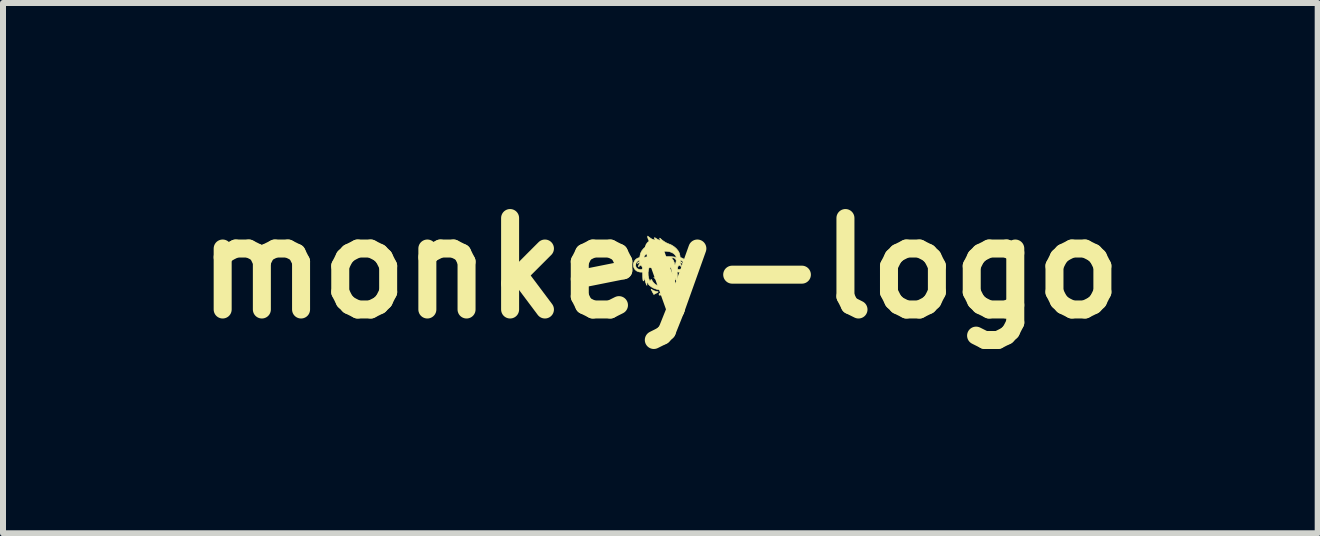
<source format=kicad_pcb>
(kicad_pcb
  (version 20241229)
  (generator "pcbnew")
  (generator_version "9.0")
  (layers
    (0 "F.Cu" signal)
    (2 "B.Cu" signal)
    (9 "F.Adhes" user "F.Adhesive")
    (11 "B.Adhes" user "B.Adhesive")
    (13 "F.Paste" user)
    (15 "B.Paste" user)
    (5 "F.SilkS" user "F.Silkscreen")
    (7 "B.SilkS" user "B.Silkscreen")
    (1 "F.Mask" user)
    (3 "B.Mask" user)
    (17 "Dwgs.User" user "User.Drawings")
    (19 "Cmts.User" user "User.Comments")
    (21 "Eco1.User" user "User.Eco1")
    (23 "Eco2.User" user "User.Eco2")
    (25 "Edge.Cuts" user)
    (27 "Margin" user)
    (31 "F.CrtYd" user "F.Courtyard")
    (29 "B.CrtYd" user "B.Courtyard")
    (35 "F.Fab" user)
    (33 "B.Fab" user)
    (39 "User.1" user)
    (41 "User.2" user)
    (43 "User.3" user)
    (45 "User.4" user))
  (footprint "monkey-logo"
    (layer "F.Cu")
    (at 7.954 1.418)
    (property "Reference" "monkey-logo" (at 0 0 0) (layer "F.SilkS") (effects (font (size 1.524 1.524) (thickness 0.3))))
    (attr through_hole)
    (fp_poly (pts (xy 0.004 0.424) (xy 0.01 0.434) (xy 0.009 0.442) (xy 0.000387 0.451) (xy -0.011 0.452) (xy -0.021 0.444) (xy -0.021 0.442) (xy -0.021 0.43) (xy -0.017 0.424) (xy -0.006 0.42) (xy 0.004 0.424)) (stroke (width 0.01) (type solid)) (fill yes) (layer "F.SilkS"))
    (fp_poly (pts (xy -0.149 0.352) (xy -0.14 0.359) (xy -0.139 0.359) (xy -0.12 0.37) (xy -0.094 0.381) (xy -0.067 0.389) (xy -0.049 0.392) (xy -0.038 0.394) (xy -0.036 0.397) (xy -0.042 0.403) (xy -0.059 0.413) (xy -0.073 0.42) (xy -0.109 0.439) (xy -0.132 0.397) (xy -0.145 0.372) (xy -0.152 0.357) (xy -0.154 0.351) (xy -0.149 0.352)) (stroke (width 0.01) (type solid)) (fill yes) (layer "F.SilkS"))
    (fp_poly (pts (xy 0.145 0.348) (xy 0.143 0.354) (xy 0.136 0.368) (xy 0.125 0.388) (xy 0.121 0.395) (xy 0.096 0.439) (xy 0.057 0.419) (xy 0.038 0.409) (xy 0.024 0.401) (xy 0.019 0.397) (xy 0.019 0.397) (xy 0.024 0.394) (xy 0.037 0.392) (xy 0.064 0.387) (xy 0.094 0.376) (xy 0.121 0.362) (xy 0.125 0.359) (xy 0.137 0.351) (xy 0.145 0.348) (xy 0.145 0.348)) (stroke (width 0.01) (type solid)) (fill yes) (layer "F.SilkS"))
    (fp_poly (pts (xy 0.126 0.105) (xy 0.109 0.128) (xy 0.083 0.151) (xy 0.053 0.171) (xy 0.037 0.179) (xy 0.012 0.187) (xy -0.017 0.191) (xy -0.046 0.191) (xy -0.069 0.187) (xy -0.071 0.186) (xy -0.085 0.178) (xy -0.096 0.167) (xy -0.109 0.153) (xy -0.093 0.163) (xy -0.062 0.175) (xy -0.027 0.177) (xy 0.012 0.17) (xy 0.05 0.155) (xy 0.088 0.132) (xy 0.12 0.103) (xy 0.138 0.084) (xy 0.126 0.105)) (stroke (width 0.01) (type solid)) (fill yes) (layer "F.SilkS"))
    (fp_poly (pts (xy 0.031 -0.012) (xy 0.053 -0.001) (xy 0.055 0.000486) (xy 0.065 0.014) (xy 0.068 0.025) (xy 0.062 0.031) (xy 0.059 0.031) (xy 0.052 0.028) (xy 0.052 0.025) (xy 0.051 0.019) (xy 0.046 0.016) (xy 0.036 0.018) (xy 0.021 0.028) (xy 0.017 0.031) (xy 0.005 0.042) (xy -0.004 0.049) (xy -0.006 0.05) (xy -0.012 0.046) (xy -0.024 0.035) (xy -0.027 0.031) (xy -0.04 0.021) (xy -0.051 0.016) (xy -0.053 0.017) (xy -0.059 0.022) (xy -0.059 0.025) (xy -0.06 0.03) (xy -0.064 0.031) (xy -0.076 0.027) (xy -0.078 0.017) (xy -0.071 0.006) (xy -0.051 -0.008) (xy -0.025 -0.015) (xy 0.004 -0.017) (xy 0.031 -0.012)) (stroke (width 0.01) (type solid)) (fill yes) (layer "F.SilkS"))
    (fp_poly (pts (xy -0.184 -0.513) (xy -0.153 -0.491) (xy -0.119 -0.472) (xy -0.094 -0.462) (xy -0.085 -0.46) (xy -0.083 -0.463) (xy -0.088 -0.474) (xy -0.089 -0.477) (xy -0.098 -0.496) (xy -0.099 -0.506) (xy -0.092 -0.507) (xy -0.076 -0.498) (xy -0.069 -0.493) (xy -0.049 -0.48) (xy -0.03 -0.471) (xy -0.019 -0.467) (xy -0.006 -0.465) (xy -0.002 -0.469) (xy -0.006 -0.479) (xy -0.006 -0.48) (xy -0.011 -0.495) (xy -0.011 -0.5) (xy -0.003 -0.496) (xy 0.008 -0.486) (xy 0.031 -0.466) (xy 0.059 -0.446) (xy 0.087 -0.428) (xy 0.113 -0.415) (xy 0.127 -0.409) (xy 0.179 -0.388) (xy 0.225 -0.36) (xy 0.264 -0.327) (xy 0.295 -0.29) (xy 0.317 -0.25) (xy 0.327 -0.208) (xy 0.327 -0.208) (xy 0.329 -0.189) (xy 0.333 -0.178) (xy 0.34 -0.173) (xy 0.352 -0.171) (xy 0.378 -0.16) (xy 0.402 -0.14) (xy 0.421 -0.113) (xy 0.432 -0.089) (xy 0.437 -0.05) (xy 0.432 -0.014) (xy 0.417 0.017) (xy 0.392 0.042) (xy 0.359 0.058) (xy 0.344 0.062) (xy 0.322 0.065) (xy 0.302 0.066) (xy 0.294 0.065) (xy 0.279 0.062) (xy 0.283 0.108) (xy 0.284 0.155) (xy 0.279 0.187) (xy 0.274 0.206) (xy 0.271 0.213) (xy 0.269 0.212) (xy 0.265 0.202) (xy 0.265 0.202) (xy 0.26 0.185) (xy 0.256 0.174) (xy 0.253 0.175) (xy 0.249 0.185) (xy 0.243 0.204) (xy 0.242 0.209) (xy 0.235 0.234) (xy 0.227 0.256) (xy 0.221 0.271) (xy 0.221 0.271) (xy 0.211 0.288) (xy 0.211 0.262) (xy 0.209 0.243) (xy 0.205 0.237) (xy 0.199 0.242) (xy 0.192 0.254) (xy 0.176 0.279) (xy 0.151 0.303) (xy 0.118 0.324) (xy 0.08 0.341) (xy 0.041 0.353) (xy 0.037 0.353) (xy 0.004 0.358) (xy -0.025 0.358) (xy -0.056 0.353) (xy -0.067 0.35) (xy -0.107 0.336) (xy -0.144 0.316) (xy -0.175 0.293) (xy -0.197 0.269) (xy -0.205 0.254) (xy -0.213 0.24) (xy -0.219 0.237) (xy -0.222 0.247) (xy -0.224 0.262) (xy -0.224 0.288) (xy -0.237 0.26) (xy -0.245 0.237) (xy -0.254 0.21) (xy -0.257 0.199) (xy -0.262 0.179) (xy -0.266 0.172) (xy -0.27 0.177) (xy -0.275 0.194) (xy -0.276 0.198) (xy -0.28 0.212) (xy -0.284 0.214) (xy -0.288 0.206) (xy -0.291 0.19) (xy -0.293 0.165) (xy -0.294 0.134) (xy -0.294 0.129) (xy -0.294 0.1) (xy -0.295 0.081) (xy -0.296 0.071) (xy -0.204 0.071) (xy -0.203 0.122) (xy -0.193 0.171) (xy -0.191 0.177) (xy -0.184 0.197) (xy -0.177 0.211) (xy -0.173 0.217) (xy -0.173 0.217) (xy -0.167 0.213) (xy -0.167 0.212) (xy -0.164 0.204) (xy -0.159 0.195) (xy -0.153 0.189) (xy -0.148 0.19) (xy -0.142 0.2) (xy -0.138 0.208) (xy -0.114 0.243) (xy -0.084 0.271) (xy -0.049 0.289) (xy -0.013 0.297) (xy 0.024 0.295) (xy 0.045 0.289) (xy 0.081 0.267) (xy 0.111 0.235) (xy 0.123 0.216) (xy 0.135 0.198) (xy 0.143 0.192) (xy 0.15 0.197) (xy 0.158 0.214) (xy 0.158 0.214) (xy 0.162 0.221) (xy 0.165 0.219) (xy 0.171 0.206) (xy 0.172 0.205) (xy 0.19 0.149) (xy 0.196 0.093) (xy 0.191 0.04) (xy 0.185 0.015) (xy 0.18 0.000054) (xy 0.286 0.000054) (xy 0.287 0.014) (xy 0.293 0.021) (xy 0.313 0.024) (xy 0.336 0.023) (xy 0.357 0.017) (xy 0.359 0.016) (xy 0.374 0.006) (xy 0.384 -0.003) (xy 0.393 -0.021) (xy 0.398 -0.046) (xy 0.398 -0.07) (xy 0.396 -0.077) (xy 0.387 -0.096) (xy 0.372 -0.113) (xy 0.355 -0.126) (xy 0.341 -0.13) (xy 0.331 -0.127) (xy 0.33 -0.119) (xy 0.34 -0.109) (xy 0.349 -0.102) (xy 0.362 -0.092) (xy 0.37 -0.082) (xy 0.371 -0.081) (xy 0.371 -0.077) (xy 0.364 -0.08) (xy 0.359 -0.083) (xy 0.344 -0.09) (xy 0.333 -0.093) (xy 0.324 -0.092) (xy 0.326 -0.087) (xy 0.33 -0.082) (xy 0.342 -0.065) (xy 0.349 -0.046) (xy 0.351 -0.03) (xy 0.35 -0.025) (xy 0.346 -0.021) (xy 0.343 -0.027) (xy 0.342 -0.031) (xy 0.333 -0.045) (xy 0.321 -0.048) (xy 0.306 -0.041) (xy 0.298 -0.034) (xy 0.289 -0.017) (xy 0.286 0.000054) (xy 0.18 0.000054) (xy 0.177 -0.009) (xy 0.125 -0.007) (xy 0.074 -0.005) (xy 0.053 -0.027) (xy 0.039 -0.047) (xy 0.026 -0.071) (xy 0.021 -0.082) (xy 0.014 -0.104) (xy 0.008 -0.116) (xy 0.002 -0.121) (xy -0.007 -0.121) (xy -0.011 -0.12) (xy -0.023 -0.112) (xy -0.025 -0.104) (xy -0.029 -0.085) (xy -0.039 -0.062) (xy -0.053 -0.039) (xy -0.069 -0.022) (xy -0.07 -0.021) (xy -0.08 -0.013) (xy -0.091 -0.009) (xy -0.105 -0.007) (xy -0.126 -0.007) (xy -0.139 -0.007) (xy -0.188 -0.009) (xy -0.196 0.022) (xy -0.204 0.071) (xy -0.296 0.071) (xy -0.296 0.07) (xy -0.299 0.065) (xy -0.304 0.065) (xy -0.308 0.066) (xy -0.321 0.067) (xy -0.342 0.065) (xy -0.357 0.062) (xy -0.392 0.049) (xy -0.42 0.027) (xy -0.439 -0.002) (xy -0.449 -0.036) (xy -0.448 -0.061) (xy -0.411 -0.061) (xy -0.41 -0.035) (xy -0.404 -0.015) (xy -0.396 -0.002) (xy -0.382 0.009) (xy -0.376 0.013) (xy -0.352 0.022) (xy -0.325 0.025) (xy -0.307 0.021) (xy -0.3 0.012) (xy -0.298 -0.003) (xy -0.303 -0.021) (xy -0.311 -0.034) (xy -0.325 -0.046) (xy -0.339 -0.048) (xy -0.35 -0.04) (xy -0.353 -0.031) (xy -0.357 -0.021) (xy -0.362 -0.023) (xy -0.364 -0.037) (xy -0.357 -0.057) (xy -0.346 -0.076) (xy -0.338 -0.087) (xy -0.338 -0.092) (xy -0.345 -0.093) (xy -0.345 -0.093) (xy -0.359 -0.09) (xy -0.372 -0.083) (xy -0.382 -0.077) (xy -0.384 -0.079) (xy -0.383 -0.081) (xy -0.377 -0.09) (xy -0.363 -0.101) (xy -0.361 -0.102) (xy -0.348 -0.113) (xy -0.342 -0.124) (xy -0.341 -0.125) (xy -0.343 -0.132) (xy -0.35 -0.132) (xy -0.358 -0.13) (xy -0.385 -0.113) (xy -0.403 -0.09) (xy -0.411 -0.061) (xy -0.448 -0.061) (xy -0.448 -0.073) (xy -0.444 -0.089) (xy -0.43 -0.119) (xy -0.41 -0.145) (xy -0.385 -0.163) (xy -0.364 -0.171) (xy -0.352 -0.174) (xy -0.345 -0.179) (xy -0.343 -0.186) (xy -0.273 -0.186) (xy -0.272 -0.18) (xy -0.267 -0.178) (xy -0.255 -0.181) (xy -0.12 -0.181) (xy -0.11 -0.167) (xy -0.096 -0.145) (xy -0.084 -0.121) (xy -0.074 -0.097) (xy -0.069 -0.078) (xy -0.068 -0.073) (xy -0.067 -0.059) (xy -0.062 -0.057) (xy -0.056 -0.067) (xy -0.047 -0.087) (xy -0.039 -0.119) (xy -0.042 -0.144) (xy -0.055 -0.162) (xy -0.078 -0.173) (xy -0.093 -0.177) (xy -0.12 -0.181) (xy -0.255 -0.181) (xy -0.254 -0.182) (xy -0.246 -0.184) (xy -0.23 -0.188) (xy -0.209 -0.191) (xy -0.179 -0.192) (xy -0.14 -0.191) (xy -0.138 -0.191) (xy -0.1 -0.19) (xy -0.073 -0.187) (xy -0.053 -0.182) (xy -0.04 -0.175) (xy -0.031 -0.165) (xy -0.024 -0.15) (xy -0.015 -0.139) (xy -0.003 -0.138) (xy 0.01 -0.147) (xy 0.018 -0.158) (xy 0.032 -0.174) (xy 0.185 -0.174) (xy 0.201 -0.153) (xy 0.22 -0.123) (xy 0.232 -0.093) (xy 0.236 -0.068) (xy 0.237 -0.055) (xy 0.241 -0.053) (xy 0.248 -0.063) (xy 0.256 -0.083) (xy 0.257 -0.086) (xy 0.263 -0.109) (xy 0.264 -0.128) (xy 0.263 -0.133) (xy 0.252 -0.153) (xy 0.233 -0.167) (xy 0.21 -0.174) (xy 0.207 -0.174) (xy 0.185 -0.174) (xy 0.032 -0.174) (xy 0.034 -0.177) (xy 0.054 -0.186) (xy 0.075 -0.189) (xy 0.104 -0.191) (xy 0.137 -0.192) (xy 0.172 -0.191) (xy 0.203 -0.189) (xy 0.228 -0.186) (xy 0.239 -0.183) (xy 0.254 -0.177) (xy 0.264 -0.174) (xy 0.266 -0.174) (xy 0.266 -0.179) (xy 0.263 -0.188) (xy 0.248 -0.217) (xy 0.223 -0.242) (xy 0.19 -0.261) (xy 0.15 -0.275) (xy 0.107 -0.281) (xy 0.101 -0.281) (xy 0.074 -0.281) (xy 0.055 -0.279) (xy 0.039 -0.274) (xy 0.023 -0.265) (xy 0.005 -0.256) (xy -0.005 -0.252) (xy -0.013 -0.253) (xy -0.023 -0.26) (xy -0.024 -0.26) (xy -0.055 -0.276) (xy -0.093 -0.283) (xy -0.133 -0.281) (xy -0.172 -0.272) (xy -0.209 -0.256) (xy -0.241 -0.233) (xy -0.248 -0.225) (xy -0.261 -0.208) (xy -0.27 -0.194) (xy -0.273 -0.186) (xy -0.343 -0.186) (xy -0.341 -0.191) (xy -0.339 -0.207) (xy -0.329 -0.249) (xy -0.308 -0.29) (xy -0.277 -0.328) (xy -0.238 -0.361) (xy -0.198 -0.385) (xy -0.178 -0.395) (xy -0.163 -0.403) (xy -0.156 -0.407) (xy -0.156 -0.407) (xy -0.158 -0.412) (xy -0.166 -0.424) (xy -0.171 -0.429) (xy -0.189 -0.455) (xy -0.202 -0.482) (xy -0.21 -0.508) (xy -0.211 -0.517) (xy -0.211 -0.534) (xy -0.184 -0.513)) (stroke (width 0.01) (type solid)) (fill yes) (layer "F.SilkS")))
  (gr_rect
    (start -3 -3)
    (end 18.908 5.836)
    (stroke (width 0.1) (type default))
    (fill no)
    (layer "Edge.Cuts")))
</source>
